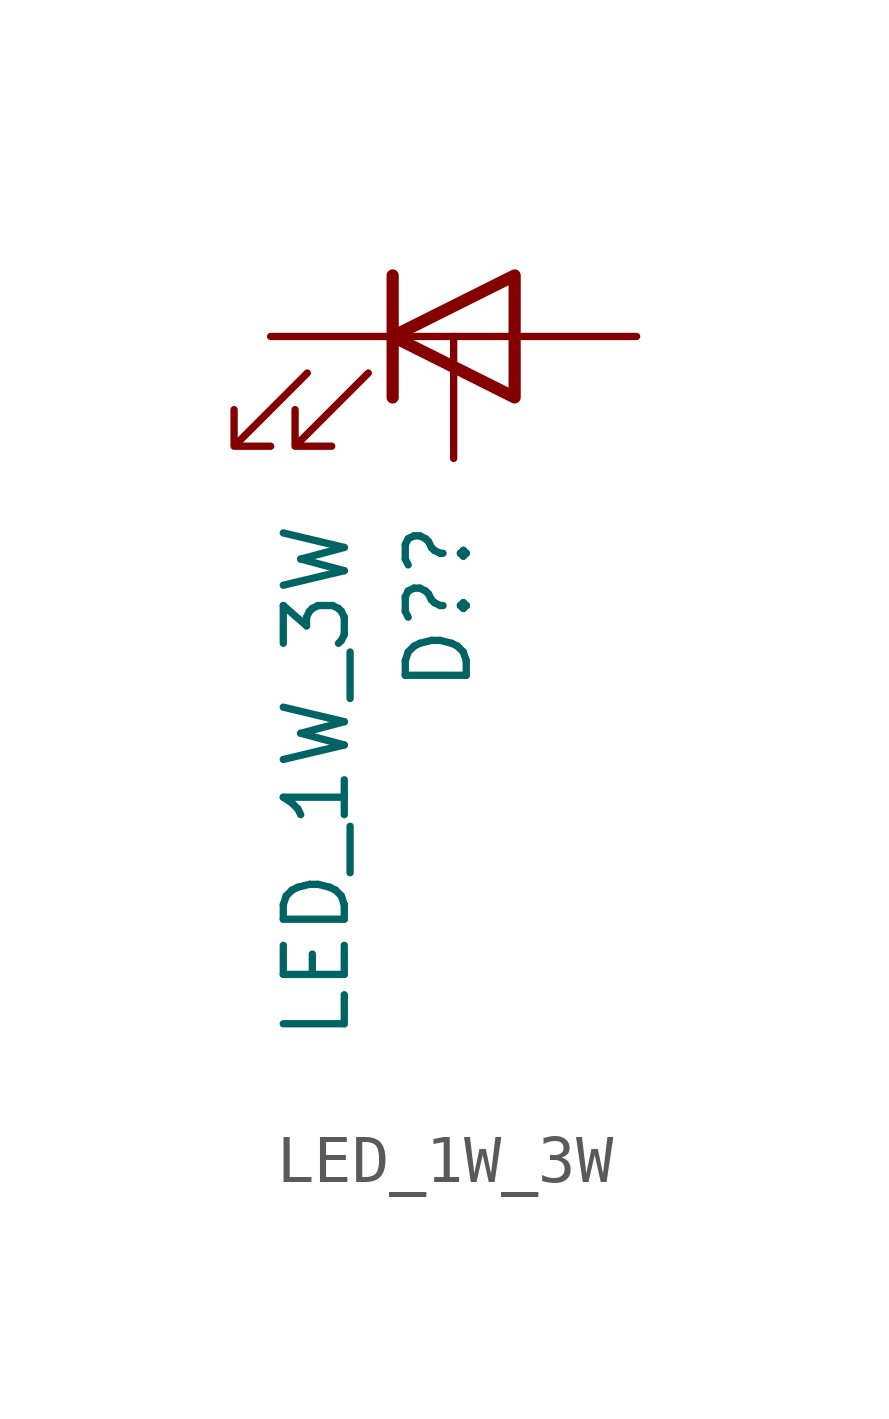
<source format=kicad_sym>
(kicad_symbol_lib
  (version 20241209)
  (generator "kicad_symbol_editor")
  (generator_version "9.0")
  (symbol "LED_1W_3W"
    (pin_numbers
      (hide yes))
    (pin_names
      (offset 1.016)
      (hide yes))
    (property "Reference" "D?"
      (at -0.317 -3.81 90)
      (effects (font (size 1.27 1.27)) (justify right)))
    (property "Value" "LED_1W_3W"
      (at -2.857 -3.81 90)
      (effects (font (size 1.27 1.27)) (justify right)))
    (symbol "LED_1W_3W_0_1"
      (polyline (pts (xy -3.048 -0.762) (xy -4.572 -2.286) (xy -3.81 -2.286) (xy -4.572 -2.286) (xy -4.572 -1.524)) (stroke (width 0) (type default)) (fill (type none)))
      (polyline (pts (xy -1.778 -0.762) (xy -3.302 -2.286) (xy -2.54 -2.286) (xy -3.302 -2.286) (xy -3.302 -1.524)) (stroke (width 0) (type default)) (fill (type none)))
      (polyline (pts (xy -1.27 0) (xy 1.27 0)) (stroke (width 0) (type default)) (fill (type none)))
      (polyline (pts (xy -1.27 -1.27) (xy -1.27 1.27)) (stroke (width 0.254) (type default)) (fill (type none)))
      (polyline (pts (xy 1.27 -1.27) (xy 1.27 1.27) (xy -1.27 0) (xy 1.27 -1.27)) (stroke (width 0.254) (type default)) (fill (type none))))
    (symbol "LED_1W_3W_1_1"
      (pin passive line (at -3.81 0 0) (length 2.54) (name "K" (effects (font (size 1.27 1.27)))) (number "1" (effects (font (size 1.27 1.27)))))
      (pin bidirectional line (at 0 -2.54 90) (length 2.54) (name "PAD" (effects (font (size 1.27 1.27)))) (number "3" (effects (font (size 1.27 1.27)))))
      (pin passive line (at 3.81 0 180) (length 2.54) (name "A" (effects (font (size 1.27 1.27)))) (number "2" (effects (font (size 1.27 1.27))))))))
</source>
